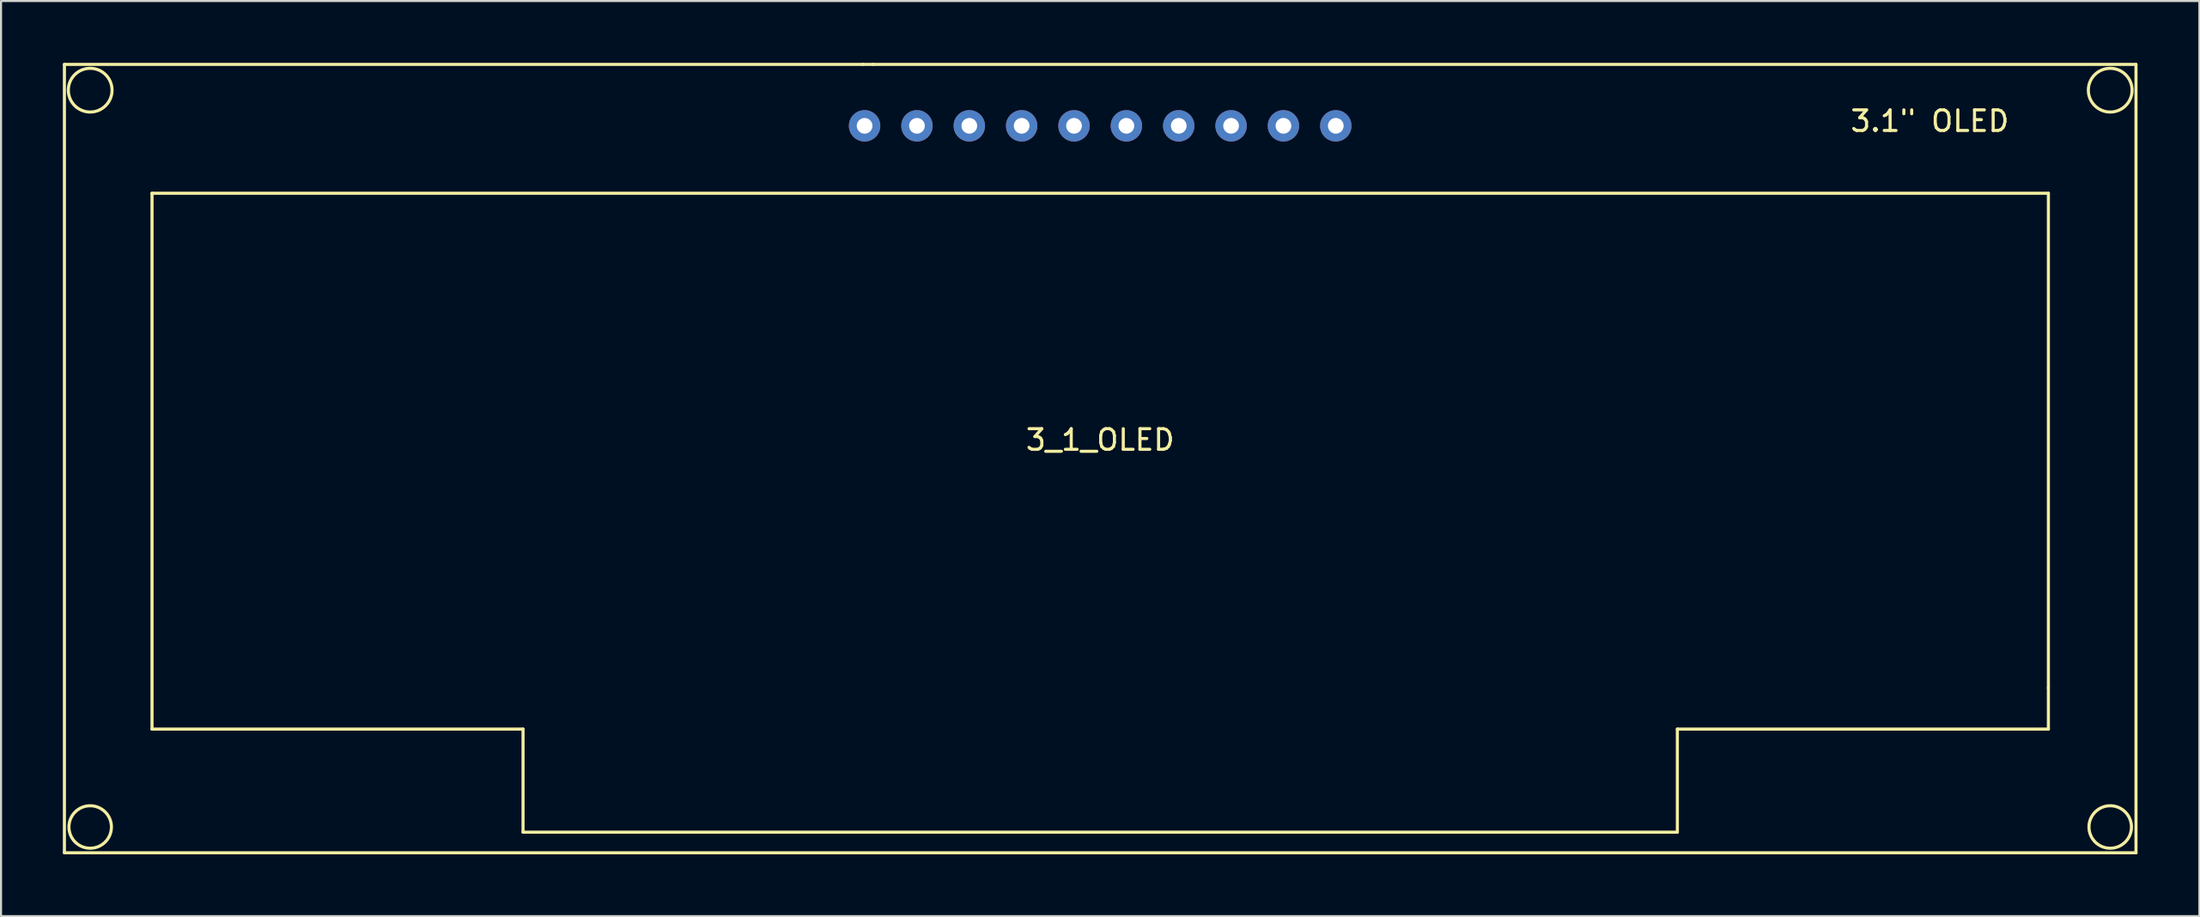
<source format=kicad_pcb>
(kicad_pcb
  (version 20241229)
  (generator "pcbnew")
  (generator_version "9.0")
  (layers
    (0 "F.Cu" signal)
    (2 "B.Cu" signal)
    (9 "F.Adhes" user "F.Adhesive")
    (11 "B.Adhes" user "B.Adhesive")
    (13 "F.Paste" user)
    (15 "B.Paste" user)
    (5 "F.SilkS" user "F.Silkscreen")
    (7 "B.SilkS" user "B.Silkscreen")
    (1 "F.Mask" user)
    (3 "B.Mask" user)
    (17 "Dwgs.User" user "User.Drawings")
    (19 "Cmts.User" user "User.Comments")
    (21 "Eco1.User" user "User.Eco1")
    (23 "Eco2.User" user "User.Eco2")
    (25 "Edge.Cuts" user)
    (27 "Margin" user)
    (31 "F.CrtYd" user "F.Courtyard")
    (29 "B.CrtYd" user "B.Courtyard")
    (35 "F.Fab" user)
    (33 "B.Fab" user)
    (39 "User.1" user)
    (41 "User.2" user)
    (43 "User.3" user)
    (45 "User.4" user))
  (footprint "3_1_OLED"
    (layer "F.Cu")
    (at 50.325 4.325)
    (property "Reference" "3_1_OLED" (at 0 13.97 0) (layer "F.SilkS") (effects (font (size 1 1) (thickness 0.15))))
    (attr through_hole)
    (fp_line (start -50.25 -4.25) (end -50.25 34) (stroke (width 0.15) (type solid)) (layer "F.SilkS"))
    (fp_line (start -50.25 34) (end 50.25 34) (stroke (width 0.15) (type solid)) (layer "F.SilkS"))
    (fp_line (start -46 2) (end 46 2) (stroke (width 0.15) (type solid)) (layer "F.SilkS"))
    (fp_line (start -46 28) (end -46 2) (stroke (width 0.15) (type solid)) (layer "F.SilkS"))
    (fp_line (start -28 28) (end -46 28) (stroke (width 0.15) (type solid)) (layer "F.SilkS"))
    (fp_line (start -28 33) (end -28 28) (stroke (width 0.15) (type solid)) (layer "F.SilkS"))
    (fp_line (start -11.5 -4.25) (end -50.25 -4.25) (stroke (width 0.15) (type solid)) (layer "F.SilkS"))
    (fp_line (start -11.5 -4.25) (end -11 -4.25) (stroke (width 0.15) (type solid)) (layer "F.SilkS"))
    (fp_line (start 28 28) (end 28 33) (stroke (width 0.15) (type solid)) (layer "F.SilkS"))
    (fp_line (start 28 33) (end -28 33) (stroke (width 0.15) (type solid)) (layer "F.SilkS"))
    (fp_line (start 46 2) (end 46 26) (stroke (width 0.15) (type solid)) (layer "F.SilkS"))
    (fp_line (start 46 26) (end 46 28) (stroke (width 0.15) (type solid)) (layer "F.SilkS"))
    (fp_line (start 46 28) (end 28 28) (stroke (width 0.15) (type solid)) (layer "F.SilkS"))
    (fp_line (start 50.25 -4.25) (end -11 -4.25) (stroke (width 0.15) (type solid)) (layer "F.SilkS"))
    (fp_line (start 50.25 34) (end 50.25 -4.25) (stroke (width 0.15) (type solid)) (layer "F.SilkS"))
    (fp_circle (center -49 -3) (end -48.25 -3.75) (stroke (width 0.15) (type solid)) (fill no) (layer "F.SilkS"))
    (fp_circle (center -49 32.75) (end -48 32.5) (stroke (width 0.15) (type solid)) (fill no) (layer "F.SilkS"))
    (fp_circle (center 49 -3) (end 49.75 -3.75) (stroke (width 0.15) (type solid)) (fill no) (layer "F.SilkS"))
    (fp_circle (center 49 32.75) (end 50 32.5) (stroke (width 0.15) (type solid)) (fill no) (layer "F.SilkS"))
    (fp_text user "3.1\" OLED" (at 40.25 -1.5 0) (layer "F.SilkS") (effects (font (size 1 1) (thickness 0.15))))
    (pad "1" thru_hole circle (at -11.43 -1.27) (size 1.524 1.524) (drill 0.762) (layers "*.Cu" "*.Mask"))
    (pad "2" thru_hole circle (at -8.89 -1.27) (size 1.524 1.524) (drill 0.762) (layers "*.Cu" "*.Mask"))
    (pad "3" thru_hole circle (at -6.35 -1.27) (size 1.524 1.524) (drill 0.762) (layers "*.Cu" "*.Mask"))
    (pad "4" thru_hole circle (at -3.81 -1.27) (size 1.524 1.524) (drill 0.762) (layers "*.Cu" "*.Mask"))
    (pad "5" thru_hole circle (at -1.27 -1.27) (size 1.524 1.524) (drill 0.762) (layers "*.Cu" "*.Mask"))
    (pad "6" thru_hole circle (at 1.27 -1.27) (size 1.524 1.524) (drill 0.762) (layers "*.Cu" "*.Mask"))
    (pad "7" thru_hole circle (at 3.81 -1.27) (size 1.524 1.524) (drill 0.762) (layers "*.Cu" "*.Mask"))
    (pad "8" thru_hole circle (at 6.35 -1.27) (size 1.524 1.524) (drill 0.762) (layers "*.Cu" "*.Mask"))
    (pad "9" thru_hole circle (at 8.89 -1.27) (size 1.524 1.524) (drill 0.762) (layers "*.Cu" "*.Mask"))
    (pad "10" thru_hole circle (at 11.43 -1.27) (size 1.524 1.524) (drill 0.762) (layers "*.Cu" "*.Mask")))
  (gr_rect
    (start -3 -3)
    (end 103.65 41.4)
    (stroke (width 0.1) (type default))
    (fill no)
    (layer "Edge.Cuts")))
</source>
